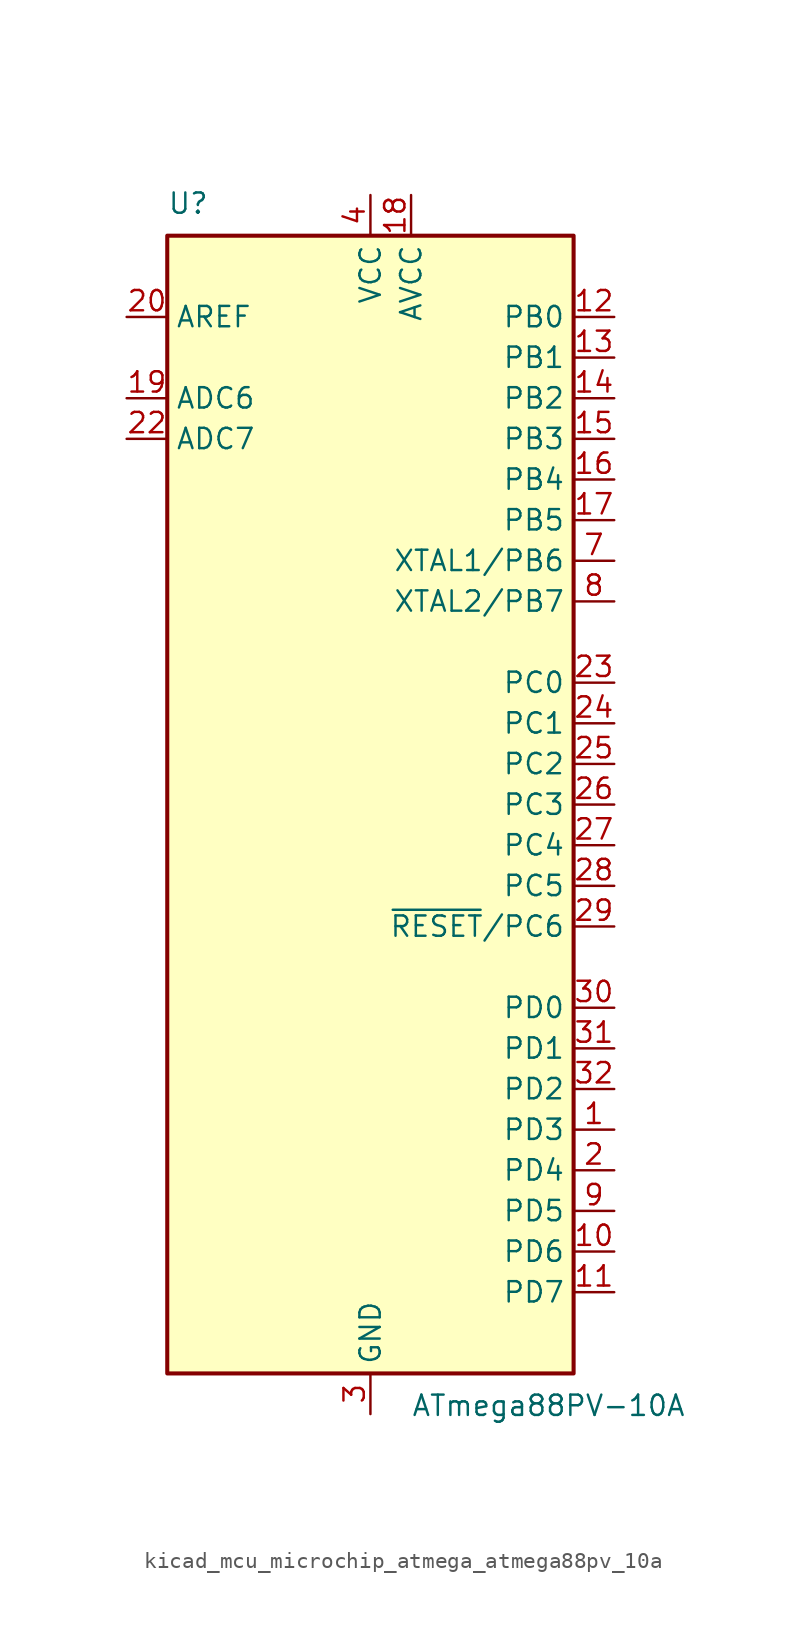
<source format=kicad_sym>
(kicad_symbol_lib
  (version 20220914)
  (generator kicad_symbol_editor)
  (symbol "kicad_mcu_microchip_atmega_atmega88pv_10a"
    (property "Reference" "U"
      (at -12.7 36.83 0)
      (effects (font (size 1.27 1.27)) (justify left bottom)))
    (property "Value" "ATmega88PV-10A"
      (at 2.54 -36.83 0)
      (effects (font (size 1.27 1.27)) (justify left top)))
    (symbol "kicad_mcu_microchip_atmega_atmega88pv_10a_0_1"
      (rectangle (start -12.7 -35.56) (end 12.7 35.56) (stroke (width 0.254) (type default)) (fill (type background))))
    (symbol "kicad_mcu_microchip_atmega_atmega88pv_10a_1_1"
      (pin bidirectional line (at 15.24 -20.32 180) (length 2.54) (name "PD3" (effects (font (size 1.27 1.27)))) (number "1" (effects (font (size 1.27 1.27)))))
      (pin bidirectional line (at 15.24 -27.94 180) (length 2.54) (name "PD6" (effects (font (size 1.27 1.27)))) (number "10" (effects (font (size 1.27 1.27)))))
      (pin bidirectional line (at 15.24 -30.48 180) (length 2.54) (name "PD7" (effects (font (size 1.27 1.27)))) (number "11" (effects (font (size 1.27 1.27)))))
      (pin bidirectional line (at 15.24 30.48 180) (length 2.54) (name "PB0" (effects (font (size 1.27 1.27)))) (number "12" (effects (font (size 1.27 1.27)))))
      (pin bidirectional line (at 15.24 27.94 180) (length 2.54) (name "PB1" (effects (font (size 1.27 1.27)))) (number "13" (effects (font (size 1.27 1.27)))))
      (pin bidirectional line (at 15.24 25.4 180) (length 2.54) (name "PB2" (effects (font (size 1.27 1.27)))) (number "14" (effects (font (size 1.27 1.27)))))
      (pin bidirectional line (at 15.24 22.86 180) (length 2.54) (name "PB3" (effects (font (size 1.27 1.27)))) (number "15" (effects (font (size 1.27 1.27)))))
      (pin bidirectional line (at 15.24 20.32 180) (length 2.54) (name "PB4" (effects (font (size 1.27 1.27)))) (number "16" (effects (font (size 1.27 1.27)))))
      (pin bidirectional line (at 15.24 17.78 180) (length 2.54) (name "PB5" (effects (font (size 1.27 1.27)))) (number "17" (effects (font (size 1.27 1.27)))))
      (pin power_in line (at 2.54 38.1 270) (length 2.54) (name "AVCC" (effects (font (size 1.27 1.27)))) (number "18" (effects (font (size 1.27 1.27)))))
      (pin input line (at -15.24 25.4 0) (length 2.54) (name "ADC6" (effects (font (size 1.27 1.27)))) (number "19" (effects (font (size 1.27 1.27)))))
      (pin bidirectional line (at 15.24 -22.86 180) (length 2.54) (name "PD4" (effects (font (size 1.27 1.27)))) (number "2" (effects (font (size 1.27 1.27)))))
      (pin passive line (at -15.24 30.48 0) (length 2.54) (name "AREF" (effects (font (size 1.27 1.27)))) (number "20" (effects (font (size 1.27 1.27)))))
      (pin passive line (at 0 -38.1 90) (length 2.54) hide (name "GND" (effects (font (size 1.27 1.27)))) (number "21" (effects (font (size 1.27 1.27)))))
      (pin input line (at -15.24 22.86 0) (length 2.54) (name "ADC7" (effects (font (size 1.27 1.27)))) (number "22" (effects (font (size 1.27 1.27)))))
      (pin bidirectional line (at 15.24 7.62 180) (length 2.54) (name "PC0" (effects (font (size 1.27 1.27)))) (number "23" (effects (font (size 1.27 1.27)))))
      (pin bidirectional line (at 15.24 5.08 180) (length 2.54) (name "PC1" (effects (font (size 1.27 1.27)))) (number "24" (effects (font (size 1.27 1.27)))))
      (pin bidirectional line (at 15.24 2.54 180) (length 2.54) (name "PC2" (effects (font (size 1.27 1.27)))) (number "25" (effects (font (size 1.27 1.27)))))
      (pin bidirectional line (at 15.24 0 180) (length 2.54) (name "PC3" (effects (font (size 1.27 1.27)))) (number "26" (effects (font (size 1.27 1.27)))))
      (pin bidirectional line (at 15.24 -2.54 180) (length 2.54) (name "PC4" (effects (font (size 1.27 1.27)))) (number "27" (effects (font (size 1.27 1.27)))))
      (pin bidirectional line (at 15.24 -5.08 180) (length 2.54) (name "PC5" (effects (font (size 1.27 1.27)))) (number "28" (effects (font (size 1.27 1.27)))))
      (pin bidirectional line (at 15.24 -7.62 180) (length 2.54) (name "~{RESET}/PC6" (effects (font (size 1.27 1.27)))) (number "29" (effects (font (size 1.27 1.27)))))
      (pin power_in line (at 0 -38.1 90) (length 2.54) (name "GND" (effects (font (size 1.27 1.27)))) (number "3" (effects (font (size 1.27 1.27)))))
      (pin bidirectional line (at 15.24 -12.7 180) (length 2.54) (name "PD0" (effects (font (size 1.27 1.27)))) (number "30" (effects (font (size 1.27 1.27)))))
      (pin bidirectional line (at 15.24 -15.24 180) (length 2.54) (name "PD1" (effects (font (size 1.27 1.27)))) (number "31" (effects (font (size 1.27 1.27)))))
      (pin bidirectional line (at 15.24 -17.78 180) (length 2.54) (name "PD2" (effects (font (size 1.27 1.27)))) (number "32" (effects (font (size 1.27 1.27)))))
      (pin power_in line (at 0 38.1 270) (length 2.54) (name "VCC" (effects (font (size 1.27 1.27)))) (number "4" (effects (font (size 1.27 1.27)))))
      (pin passive line (at 0 -38.1 90) (length 2.54) hide (name "GND" (effects (font (size 1.27 1.27)))) (number "5" (effects (font (size 1.27 1.27)))))
      (pin passive line (at 0 38.1 270) (length 2.54) hide (name "VCC" (effects (font (size 1.27 1.27)))) (number "6" (effects (font (size 1.27 1.27)))))
      (pin bidirectional line (at 15.24 15.24 180) (length 2.54) (name "XTAL1/PB6" (effects (font (size 1.27 1.27)))) (number "7" (effects (font (size 1.27 1.27)))))
      (pin bidirectional line (at 15.24 12.7 180) (length 2.54) (name "XTAL2/PB7" (effects (font (size 1.27 1.27)))) (number "8" (effects (font (size 1.27 1.27)))))
      (pin bidirectional line (at 15.24 -25.4 180) (length 2.54) (name "PD5" (effects (font (size 1.27 1.27)))) (number "9" (effects (font (size 1.27 1.27))))))))
</source>
